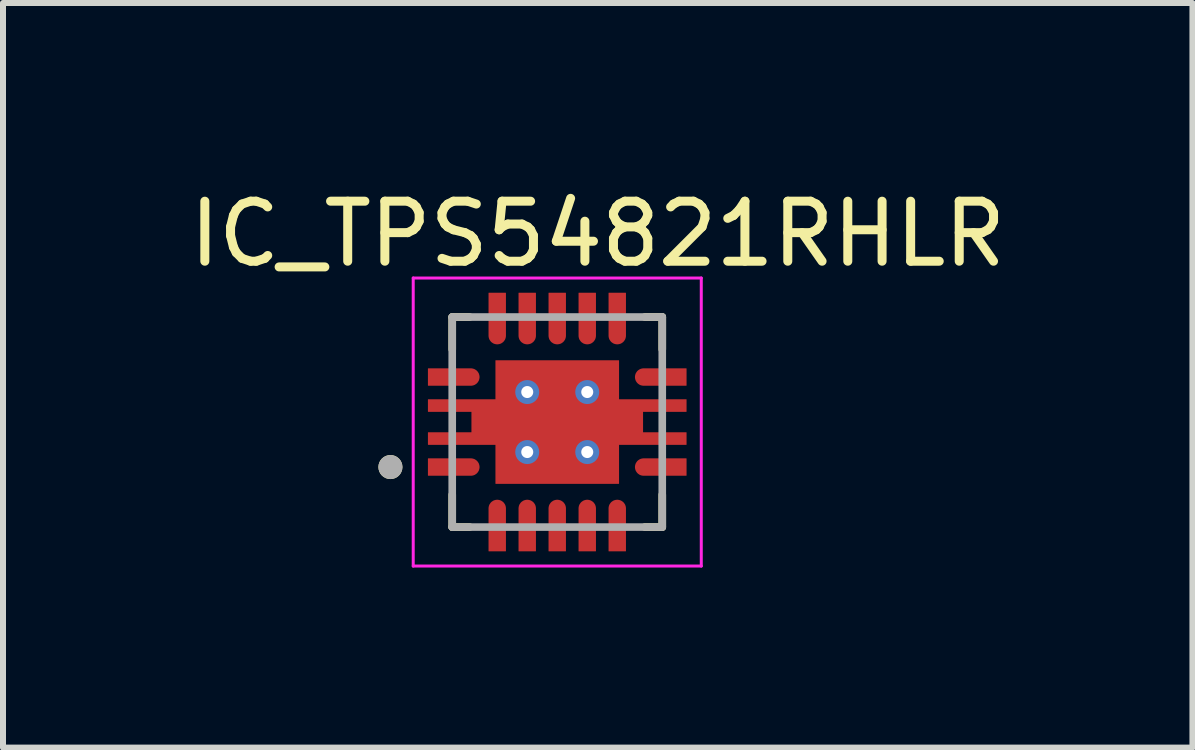
<source format=kicad_pcb>
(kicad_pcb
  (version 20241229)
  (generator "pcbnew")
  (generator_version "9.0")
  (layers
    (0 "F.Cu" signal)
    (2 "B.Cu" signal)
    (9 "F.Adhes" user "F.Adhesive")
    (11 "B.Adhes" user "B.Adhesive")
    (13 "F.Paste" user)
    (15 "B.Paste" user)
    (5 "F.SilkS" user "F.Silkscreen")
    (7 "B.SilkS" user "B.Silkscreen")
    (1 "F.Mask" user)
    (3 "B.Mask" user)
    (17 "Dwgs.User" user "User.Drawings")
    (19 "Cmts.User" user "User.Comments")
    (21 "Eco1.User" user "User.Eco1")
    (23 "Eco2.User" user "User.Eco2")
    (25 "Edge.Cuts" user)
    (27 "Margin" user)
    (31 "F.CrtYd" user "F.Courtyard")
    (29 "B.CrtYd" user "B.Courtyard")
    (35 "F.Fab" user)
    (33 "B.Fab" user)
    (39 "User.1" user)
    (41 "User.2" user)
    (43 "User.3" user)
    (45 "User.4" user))
  (footprint "IC_TPS54821RHLR"
    (layer "F.Cu")
    (at 6.236 3.983)
    (property "Reference" "IC_TPS54821RHLR" (at 0.675 -3.135 0) (layer "F.SilkS") (effects (font (size 1 1) (thickness 0.15))))
    (attr smd)
    (fp_poly (pts (xy -1.095 -1.095) (xy -1.095 -0.445) (xy -2.22 -0.445) (xy -2.22 -0.105) (xy -1.495 -0.105) (xy -1.495 0.105) (xy -2.22 0.105) (xy -2.22 0.445) (xy -1.095 0.445) (xy -1.095 1.095) (xy 1.095 1.095) (xy 1.095 0.445) (xy 2.22 0.445) (xy 2.22 0.105) (xy 1.495 0.105) (xy 1.495 -0.105) (xy 2.22 -0.105) (xy 2.22 -0.445) (xy 1.095 -0.445) (xy 1.095 -1.095)) (stroke (width 0.01) (type solid)) (fill yes) (layer "F.Mask"))
    (fp_poly (pts (xy -2.22 -0.96) (xy -1.44 -0.96) (xy -1.429 -0.96) (xy -1.418 -0.959) (xy -1.407 -0.957) (xy -1.396 -0.955) (xy -1.386 -0.953) (xy -1.375 -0.95) (xy -1.365 -0.946) (xy -1.355 -0.942) (xy -1.345 -0.937) (xy -1.335 -0.932) (xy -1.326 -0.926) (xy -1.317 -0.92) (xy -1.308 -0.913) (xy -1.299 -0.906) (xy -1.292 -0.898) (xy -1.284 -0.891) (xy -1.277 -0.882) (xy -1.27 -0.873) (xy -1.264 -0.864) (xy -1.258 -0.855) (xy -1.253 -0.845) (xy -1.248 -0.835) (xy -1.244 -0.825) (xy -1.24 -0.815) (xy -1.237 -0.804) (xy -1.235 -0.794) (xy -1.233 -0.783) (xy -1.231 -0.772) (xy -1.23 -0.761) (xy -1.23 -0.75) (xy -1.23 -0.739) (xy -1.231 -0.728) (xy -1.233 -0.717) (xy -1.235 -0.706) (xy -1.237 -0.696) (xy -1.24 -0.685) (xy -1.244 -0.675) (xy -1.248 -0.665) (xy -1.253 -0.655) (xy -1.258 -0.645) (xy -1.264 -0.636) (xy -1.27 -0.627) (xy -1.277 -0.618) (xy -1.284 -0.609) (xy -1.292 -0.602) (xy -1.299 -0.594) (xy -1.308 -0.587) (xy -1.317 -0.58) (xy -1.326 -0.574) (xy -1.335 -0.568) (xy -1.345 -0.563) (xy -1.355 -0.558) (xy -1.365 -0.554) (xy -1.375 -0.55) (xy -1.386 -0.547) (xy -1.396 -0.545) (xy -1.407 -0.543) (xy -1.418 -0.541) (xy -1.429 -0.54) (xy -1.44 -0.54) (xy -2.22 -0.54) (xy -2.22 -0.96)) (stroke (width 0.01) (type solid)) (fill yes) (layer "F.Mask"))
    (fp_poly (pts (xy -2.22 0.54) (xy -1.44 0.54) (xy -1.429 0.54) (xy -1.418 0.541) (xy -1.407 0.543) (xy -1.396 0.545) (xy -1.386 0.547) (xy -1.375 0.55) (xy -1.365 0.554) (xy -1.355 0.558) (xy -1.345 0.563) (xy -1.335 0.568) (xy -1.326 0.574) (xy -1.317 0.58) (xy -1.308 0.587) (xy -1.299 0.594) (xy -1.292 0.602) (xy -1.284 0.609) (xy -1.277 0.618) (xy -1.27 0.627) (xy -1.264 0.636) (xy -1.258 0.645) (xy -1.253 0.655) (xy -1.248 0.665) (xy -1.244 0.675) (xy -1.24 0.685) (xy -1.237 0.696) (xy -1.235 0.706) (xy -1.233 0.717) (xy -1.231 0.728) (xy -1.23 0.739) (xy -1.23 0.75) (xy -1.23 0.761) (xy -1.231 0.772) (xy -1.233 0.783) (xy -1.235 0.794) (xy -1.237 0.804) (xy -1.24 0.815) (xy -1.244 0.825) (xy -1.248 0.835) (xy -1.253 0.845) (xy -1.258 0.855) (xy -1.264 0.864) (xy -1.27 0.873) (xy -1.277 0.882) (xy -1.284 0.891) (xy -1.292 0.898) (xy -1.299 0.906) (xy -1.308 0.913) (xy -1.317 0.92) (xy -1.326 0.926) (xy -1.335 0.932) (xy -1.345 0.937) (xy -1.355 0.942) (xy -1.365 0.946) (xy -1.375 0.95) (xy -1.386 0.953) (xy -1.396 0.955) (xy -1.407 0.957) (xy -1.418 0.959) (xy -1.429 0.96) (xy -1.44 0.96) (xy -2.22 0.96) (xy -2.22 0.54)) (stroke (width 0.01) (type solid)) (fill yes) (layer "F.Mask"))
    (fp_poly (pts (xy -1.21 2.22) (xy -1.21 1.44) (xy -1.21 1.429) (xy -1.209 1.418) (xy -1.207 1.407) (xy -1.205 1.396) (xy -1.203 1.386) (xy -1.2 1.375) (xy -1.196 1.365) (xy -1.192 1.355) (xy -1.187 1.345) (xy -1.182 1.335) (xy -1.176 1.326) (xy -1.17 1.317) (xy -1.163 1.308) (xy -1.156 1.299) (xy -1.148 1.292) (xy -1.141 1.284) (xy -1.132 1.277) (xy -1.123 1.27) (xy -1.114 1.264) (xy -1.105 1.258) (xy -1.095 1.253) (xy -1.085 1.248) (xy -1.075 1.244) (xy -1.065 1.24) (xy -1.054 1.237) (xy -1.044 1.235) (xy -1.033 1.233) (xy -1.022 1.231) (xy -1.011 1.23) (xy -1 1.23) (xy -0.989 1.23) (xy -0.978 1.231) (xy -0.967 1.233) (xy -0.956 1.235) (xy -0.946 1.237) (xy -0.935 1.24) (xy -0.925 1.244) (xy -0.915 1.248) (xy -0.905 1.253) (xy -0.895 1.258) (xy -0.886 1.264) (xy -0.877 1.27) (xy -0.868 1.277) (xy -0.859 1.284) (xy -0.852 1.292) (xy -0.844 1.299) (xy -0.837 1.308) (xy -0.83 1.317) (xy -0.824 1.326) (xy -0.818 1.335) (xy -0.813 1.345) (xy -0.808 1.355) (xy -0.804 1.365) (xy -0.8 1.375) (xy -0.797 1.386) (xy -0.795 1.396) (xy -0.793 1.407) (xy -0.791 1.418) (xy -0.79 1.429) (xy -0.79 1.44) (xy -0.79 2.22) (xy -1.21 2.22)) (stroke (width 0.01) (type solid)) (fill yes) (layer "F.Mask"))
    (fp_poly (pts (xy -0.79 -2.22) (xy -0.79 -1.44) (xy -0.79 -1.429) (xy -0.791 -1.418) (xy -0.793 -1.407) (xy -0.795 -1.396) (xy -0.797 -1.386) (xy -0.8 -1.375) (xy -0.804 -1.365) (xy -0.808 -1.355) (xy -0.813 -1.345) (xy -0.818 -1.335) (xy -0.824 -1.326) (xy -0.83 -1.317) (xy -0.837 -1.308) (xy -0.844 -1.299) (xy -0.852 -1.292) (xy -0.859 -1.284) (xy -0.868 -1.277) (xy -0.877 -1.27) (xy -0.886 -1.264) (xy -0.895 -1.258) (xy -0.905 -1.253) (xy -0.915 -1.248) (xy -0.925 -1.244) (xy -0.935 -1.24) (xy -0.946 -1.237) (xy -0.956 -1.235) (xy -0.967 -1.233) (xy -0.978 -1.231) (xy -0.989 -1.23) (xy -1 -1.23) (xy -1.011 -1.23) (xy -1.022 -1.231) (xy -1.033 -1.233) (xy -1.044 -1.235) (xy -1.054 -1.237) (xy -1.065 -1.24) (xy -1.075 -1.244) (xy -1.085 -1.248) (xy -1.095 -1.253) (xy -1.105 -1.258) (xy -1.114 -1.264) (xy -1.123 -1.27) (xy -1.132 -1.277) (xy -1.141 -1.284) (xy -1.148 -1.292) (xy -1.156 -1.299) (xy -1.163 -1.308) (xy -1.17 -1.317) (xy -1.176 -1.326) (xy -1.182 -1.335) (xy -1.187 -1.345) (xy -1.192 -1.355) (xy -1.196 -1.365) (xy -1.2 -1.375) (xy -1.203 -1.386) (xy -1.205 -1.396) (xy -1.207 -1.407) (xy -1.209 -1.418) (xy -1.21 -1.429) (xy -1.21 -1.44) (xy -1.21 -2.22) (xy -0.79 -2.22)) (stroke (width 0.01) (type solid)) (fill yes) (layer "F.Mask"))
    (fp_poly (pts (xy -0.71 2.22) (xy -0.71 1.44) (xy -0.71 1.429) (xy -0.709 1.418) (xy -0.707 1.407) (xy -0.705 1.396) (xy -0.703 1.386) (xy -0.7 1.375) (xy -0.696 1.365) (xy -0.692 1.355) (xy -0.687 1.345) (xy -0.682 1.335) (xy -0.676 1.326) (xy -0.67 1.317) (xy -0.663 1.308) (xy -0.656 1.299) (xy -0.648 1.292) (xy -0.641 1.284) (xy -0.632 1.277) (xy -0.623 1.27) (xy -0.614 1.264) (xy -0.605 1.258) (xy -0.595 1.253) (xy -0.585 1.248) (xy -0.575 1.244) (xy -0.565 1.24) (xy -0.554 1.237) (xy -0.544 1.235) (xy -0.533 1.233) (xy -0.522 1.231) (xy -0.511 1.23) (xy -0.5 1.23) (xy -0.489 1.23) (xy -0.478 1.231) (xy -0.467 1.233) (xy -0.456 1.235) (xy -0.446 1.237) (xy -0.435 1.24) (xy -0.425 1.244) (xy -0.415 1.248) (xy -0.405 1.253) (xy -0.395 1.258) (xy -0.386 1.264) (xy -0.377 1.27) (xy -0.368 1.277) (xy -0.359 1.284) (xy -0.352 1.292) (xy -0.344 1.299) (xy -0.337 1.308) (xy -0.33 1.317) (xy -0.324 1.326) (xy -0.318 1.335) (xy -0.313 1.345) (xy -0.308 1.355) (xy -0.304 1.365) (xy -0.3 1.375) (xy -0.297 1.386) (xy -0.295 1.396) (xy -0.293 1.407) (xy -0.291 1.418) (xy -0.29 1.429) (xy -0.29 1.44) (xy -0.29 2.22) (xy -0.71 2.22)) (stroke (width 0.01) (type solid)) (fill yes) (layer "F.Mask"))
    (fp_poly (pts (xy -0.29 -2.22) (xy -0.29 -1.44) (xy -0.29 -1.429) (xy -0.291 -1.418) (xy -0.293 -1.407) (xy -0.295 -1.396) (xy -0.297 -1.386) (xy -0.3 -1.375) (xy -0.304 -1.365) (xy -0.308 -1.355) (xy -0.313 -1.345) (xy -0.318 -1.335) (xy -0.324 -1.326) (xy -0.33 -1.317) (xy -0.337 -1.308) (xy -0.344 -1.299) (xy -0.352 -1.292) (xy -0.359 -1.284) (xy -0.368 -1.277) (xy -0.377 -1.27) (xy -0.386 -1.264) (xy -0.395 -1.258) (xy -0.405 -1.253) (xy -0.415 -1.248) (xy -0.425 -1.244) (xy -0.435 -1.24) (xy -0.446 -1.237) (xy -0.456 -1.235) (xy -0.467 -1.233) (xy -0.478 -1.231) (xy -0.489 -1.23) (xy -0.5 -1.23) (xy -0.511 -1.23) (xy -0.522 -1.231) (xy -0.533 -1.233) (xy -0.544 -1.235) (xy -0.554 -1.237) (xy -0.565 -1.24) (xy -0.575 -1.244) (xy -0.585 -1.248) (xy -0.595 -1.253) (xy -0.605 -1.258) (xy -0.614 -1.264) (xy -0.623 -1.27) (xy -0.632 -1.277) (xy -0.641 -1.284) (xy -0.648 -1.292) (xy -0.656 -1.299) (xy -0.663 -1.308) (xy -0.67 -1.317) (xy -0.676 -1.326) (xy -0.682 -1.335) (xy -0.687 -1.345) (xy -0.692 -1.355) (xy -0.696 -1.365) (xy -0.7 -1.375) (xy -0.703 -1.386) (xy -0.705 -1.396) (xy -0.707 -1.407) (xy -0.709 -1.418) (xy -0.71 -1.429) (xy -0.71 -1.44) (xy -0.71 -2.22) (xy -0.29 -2.22)) (stroke (width 0.01) (type solid)) (fill yes) (layer "F.Mask"))
    (fp_poly (pts (xy -0.21 2.22) (xy -0.21 1.44) (xy -0.21 1.429) (xy -0.209 1.418) (xy -0.207 1.407) (xy -0.205 1.396) (xy -0.203 1.386) (xy -0.2 1.375) (xy -0.196 1.365) (xy -0.192 1.355) (xy -0.187 1.345) (xy -0.182 1.335) (xy -0.176 1.326) (xy -0.17 1.317) (xy -0.163 1.308) (xy -0.156 1.299) (xy -0.148 1.292) (xy -0.141 1.284) (xy -0.132 1.277) (xy -0.123 1.27) (xy -0.114 1.264) (xy -0.105 1.258) (xy -0.095 1.253) (xy -0.085 1.248) (xy -0.075 1.244) (xy -0.065 1.24) (xy -0.054 1.237) (xy -0.044 1.235) (xy -0.033 1.233) (xy -0.022 1.231) (xy -0.011 1.23) (xy 0 1.23) (xy 0.011 1.23) (xy 0.022 1.231) (xy 0.033 1.233) (xy 0.044 1.235) (xy 0.054 1.237) (xy 0.065 1.24) (xy 0.075 1.244) (xy 0.085 1.248) (xy 0.095 1.253) (xy 0.105 1.258) (xy 0.114 1.264) (xy 0.123 1.27) (xy 0.132 1.277) (xy 0.141 1.284) (xy 0.148 1.292) (xy 0.156 1.299) (xy 0.163 1.308) (xy 0.17 1.317) (xy 0.176 1.326) (xy 0.182 1.335) (xy 0.187 1.345) (xy 0.192 1.355) (xy 0.196 1.365) (xy 0.2 1.375) (xy 0.203 1.386) (xy 0.205 1.396) (xy 0.207 1.407) (xy 0.209 1.418) (xy 0.21 1.429) (xy 0.21 1.44) (xy 0.21 2.22) (xy -0.21 2.22)) (stroke (width 0.01) (type solid)) (fill yes) (layer "F.Mask"))
    (fp_poly (pts (xy 0.21 -2.22) (xy 0.21 -1.44) (xy 0.21 -1.429) (xy 0.209 -1.418) (xy 0.207 -1.407) (xy 0.205 -1.396) (xy 0.203 -1.386) (xy 0.2 -1.375) (xy 0.196 -1.365) (xy 0.192 -1.355) (xy 0.187 -1.345) (xy 0.182 -1.335) (xy 0.176 -1.326) (xy 0.17 -1.317) (xy 0.163 -1.308) (xy 0.156 -1.299) (xy 0.148 -1.292) (xy 0.141 -1.284) (xy 0.132 -1.277) (xy 0.123 -1.27) (xy 0.114 -1.264) (xy 0.105 -1.258) (xy 0.095 -1.253) (xy 0.085 -1.248) (xy 0.075 -1.244) (xy 0.065 -1.24) (xy 0.054 -1.237) (xy 0.044 -1.235) (xy 0.033 -1.233) (xy 0.022 -1.231) (xy 0.011 -1.23) (xy 0 -1.23) (xy -0.011 -1.23) (xy -0.022 -1.231) (xy -0.033 -1.233) (xy -0.044 -1.235) (xy -0.054 -1.237) (xy -0.065 -1.24) (xy -0.075 -1.244) (xy -0.085 -1.248) (xy -0.095 -1.253) (xy -0.105 -1.258) (xy -0.114 -1.264) (xy -0.123 -1.27) (xy -0.132 -1.277) (xy -0.141 -1.284) (xy -0.148 -1.292) (xy -0.156 -1.299) (xy -0.163 -1.308) (xy -0.17 -1.317) (xy -0.176 -1.326) (xy -0.182 -1.335) (xy -0.187 -1.345) (xy -0.192 -1.355) (xy -0.196 -1.365) (xy -0.2 -1.375) (xy -0.203 -1.386) (xy -0.205 -1.396) (xy -0.207 -1.407) (xy -0.209 -1.418) (xy -0.21 -1.429) (xy -0.21 -1.44) (xy -0.21 -2.22) (xy 0.21 -2.22)) (stroke (width 0.01) (type solid)) (fill yes) (layer "F.Mask"))
    (fp_poly (pts (xy 0.29 2.22) (xy 0.29 1.44) (xy 0.29 1.429) (xy 0.291 1.418) (xy 0.293 1.407) (xy 0.295 1.396) (xy 0.297 1.386) (xy 0.3 1.375) (xy 0.304 1.365) (xy 0.308 1.355) (xy 0.313 1.345) (xy 0.318 1.335) (xy 0.324 1.326) (xy 0.33 1.317) (xy 0.337 1.308) (xy 0.344 1.299) (xy 0.352 1.292) (xy 0.359 1.284) (xy 0.368 1.277) (xy 0.377 1.27) (xy 0.386 1.264) (xy 0.395 1.258) (xy 0.405 1.253) (xy 0.415 1.248) (xy 0.425 1.244) (xy 0.435 1.24) (xy 0.446 1.237) (xy 0.456 1.235) (xy 0.467 1.233) (xy 0.478 1.231) (xy 0.489 1.23) (xy 0.5 1.23) (xy 0.511 1.23) (xy 0.522 1.231) (xy 0.533 1.233) (xy 0.544 1.235) (xy 0.554 1.237) (xy 0.565 1.24) (xy 0.575 1.244) (xy 0.585 1.248) (xy 0.595 1.253) (xy 0.605 1.258) (xy 0.614 1.264) (xy 0.623 1.27) (xy 0.632 1.277) (xy 0.641 1.284) (xy 0.648 1.292) (xy 0.656 1.299) (xy 0.663 1.308) (xy 0.67 1.317) (xy 0.676 1.326) (xy 0.682 1.335) (xy 0.687 1.345) (xy 0.692 1.355) (xy 0.696 1.365) (xy 0.7 1.375) (xy 0.703 1.386) (xy 0.705 1.396) (xy 0.707 1.407) (xy 0.709 1.418) (xy 0.71 1.429) (xy 0.71 1.44) (xy 0.71 2.22) (xy 0.29 2.22)) (stroke (width 0.01) (type solid)) (fill yes) (layer "F.Mask"))
    (fp_poly (pts (xy 0.71 -2.22) (xy 0.71 -1.44) (xy 0.71 -1.429) (xy 0.709 -1.418) (xy 0.707 -1.407) (xy 0.705 -1.396) (xy 0.703 -1.386) (xy 0.7 -1.375) (xy 0.696 -1.365) (xy 0.692 -1.355) (xy 0.687 -1.345) (xy 0.682 -1.335) (xy 0.676 -1.326) (xy 0.67 -1.317) (xy 0.663 -1.308) (xy 0.656 -1.299) (xy 0.648 -1.292) (xy 0.641 -1.284) (xy 0.632 -1.277) (xy 0.623 -1.27) (xy 0.614 -1.264) (xy 0.605 -1.258) (xy 0.595 -1.253) (xy 0.585 -1.248) (xy 0.575 -1.244) (xy 0.565 -1.24) (xy 0.554 -1.237) (xy 0.544 -1.235) (xy 0.533 -1.233) (xy 0.522 -1.231) (xy 0.511 -1.23) (xy 0.5 -1.23) (xy 0.489 -1.23) (xy 0.478 -1.231) (xy 0.467 -1.233) (xy 0.456 -1.235) (xy 0.446 -1.237) (xy 0.435 -1.24) (xy 0.425 -1.244) (xy 0.415 -1.248) (xy 0.405 -1.253) (xy 0.395 -1.258) (xy 0.386 -1.264) (xy 0.377 -1.27) (xy 0.368 -1.277) (xy 0.359 -1.284) (xy 0.352 -1.292) (xy 0.344 -1.299) (xy 0.337 -1.308) (xy 0.33 -1.317) (xy 0.324 -1.326) (xy 0.318 -1.335) (xy 0.313 -1.345) (xy 0.308 -1.355) (xy 0.304 -1.365) (xy 0.3 -1.375) (xy 0.297 -1.386) (xy 0.295 -1.396) (xy 0.293 -1.407) (xy 0.291 -1.418) (xy 0.29 -1.429) (xy 0.29 -1.44) (xy 0.29 -2.22) (xy 0.71 -2.22)) (stroke (width 0.01) (type solid)) (fill yes) (layer "F.Mask"))
    (fp_poly (pts (xy 0.79 2.22) (xy 0.79 1.44) (xy 0.79 1.429) (xy 0.791 1.418) (xy 0.793 1.407) (xy 0.795 1.396) (xy 0.797 1.386) (xy 0.8 1.375) (xy 0.804 1.365) (xy 0.808 1.355) (xy 0.813 1.345) (xy 0.818 1.335) (xy 0.824 1.326) (xy 0.83 1.317) (xy 0.837 1.308) (xy 0.844 1.299) (xy 0.852 1.292) (xy 0.859 1.284) (xy 0.868 1.277) (xy 0.877 1.27) (xy 0.886 1.264) (xy 0.895 1.258) (xy 0.905 1.253) (xy 0.915 1.248) (xy 0.925 1.244) (xy 0.935 1.24) (xy 0.946 1.237) (xy 0.956 1.235) (xy 0.967 1.233) (xy 0.978 1.231) (xy 0.989 1.23) (xy 1 1.23) (xy 1.011 1.23) (xy 1.022 1.231) (xy 1.033 1.233) (xy 1.044 1.235) (xy 1.054 1.237) (xy 1.065 1.24) (xy 1.075 1.244) (xy 1.085 1.248) (xy 1.095 1.253) (xy 1.105 1.258) (xy 1.114 1.264) (xy 1.123 1.27) (xy 1.132 1.277) (xy 1.141 1.284) (xy 1.148 1.292) (xy 1.156 1.299) (xy 1.163 1.308) (xy 1.17 1.317) (xy 1.176 1.326) (xy 1.182 1.335) (xy 1.187 1.345) (xy 1.192 1.355) (xy 1.196 1.365) (xy 1.2 1.375) (xy 1.203 1.386) (xy 1.205 1.396) (xy 1.207 1.407) (xy 1.209 1.418) (xy 1.21 1.429) (xy 1.21 1.44) (xy 1.21 2.22) (xy 0.79 2.22)) (stroke (width 0.01) (type solid)) (fill yes) (layer "F.Mask"))
    (fp_poly (pts (xy 1.21 -2.22) (xy 1.21 -1.44) (xy 1.21 -1.429) (xy 1.209 -1.418) (xy 1.207 -1.407) (xy 1.205 -1.396) (xy 1.203 -1.386) (xy 1.2 -1.375) (xy 1.196 -1.365) (xy 1.192 -1.355) (xy 1.187 -1.345) (xy 1.182 -1.335) (xy 1.176 -1.326) (xy 1.17 -1.317) (xy 1.163 -1.308) (xy 1.156 -1.299) (xy 1.148 -1.292) (xy 1.141 -1.284) (xy 1.132 -1.277) (xy 1.123 -1.27) (xy 1.114 -1.264) (xy 1.105 -1.258) (xy 1.095 -1.253) (xy 1.085 -1.248) (xy 1.075 -1.244) (xy 1.065 -1.24) (xy 1.054 -1.237) (xy 1.044 -1.235) (xy 1.033 -1.233) (xy 1.022 -1.231) (xy 1.011 -1.23) (xy 1 -1.23) (xy 0.989 -1.23) (xy 0.978 -1.231) (xy 0.967 -1.233) (xy 0.956 -1.235) (xy 0.946 -1.237) (xy 0.935 -1.24) (xy 0.925 -1.244) (xy 0.915 -1.248) (xy 0.905 -1.253) (xy 0.895 -1.258) (xy 0.886 -1.264) (xy 0.877 -1.27) (xy 0.868 -1.277) (xy 0.859 -1.284) (xy 0.852 -1.292) (xy 0.844 -1.299) (xy 0.837 -1.308) (xy 0.83 -1.317) (xy 0.824 -1.326) (xy 0.818 -1.335) (xy 0.813 -1.345) (xy 0.808 -1.355) (xy 0.804 -1.365) (xy 0.8 -1.375) (xy 0.797 -1.386) (xy 0.795 -1.396) (xy 0.793 -1.407) (xy 0.791 -1.418) (xy 0.79 -1.429) (xy 0.79 -1.44) (xy 0.79 -2.22) (xy 1.21 -2.22)) (stroke (width 0.01) (type solid)) (fill yes) (layer "F.Mask"))
    (fp_poly (pts (xy 2.22 -0.54) (xy 1.44 -0.54) (xy 1.429 -0.54) (xy 1.418 -0.541) (xy 1.407 -0.543) (xy 1.396 -0.545) (xy 1.386 -0.547) (xy 1.375 -0.55) (xy 1.365 -0.554) (xy 1.355 -0.558) (xy 1.345 -0.563) (xy 1.335 -0.568) (xy 1.326 -0.574) (xy 1.317 -0.58) (xy 1.308 -0.587) (xy 1.299 -0.594) (xy 1.292 -0.602) (xy 1.284 -0.609) (xy 1.277 -0.618) (xy 1.27 -0.627) (xy 1.264 -0.636) (xy 1.258 -0.645) (xy 1.253 -0.655) (xy 1.248 -0.665) (xy 1.244 -0.675) (xy 1.24 -0.685) (xy 1.237 -0.696) (xy 1.235 -0.706) (xy 1.233 -0.717) (xy 1.231 -0.728) (xy 1.23 -0.739) (xy 1.23 -0.75) (xy 1.23 -0.761) (xy 1.231 -0.772) (xy 1.233 -0.783) (xy 1.235 -0.794) (xy 1.237 -0.804) (xy 1.24 -0.815) (xy 1.244 -0.825) (xy 1.248 -0.835) (xy 1.253 -0.845) (xy 1.258 -0.855) (xy 1.264 -0.864) (xy 1.27 -0.873) (xy 1.277 -0.882) (xy 1.284 -0.891) (xy 1.292 -0.898) (xy 1.299 -0.906) (xy 1.308 -0.913) (xy 1.317 -0.92) (xy 1.326 -0.926) (xy 1.335 -0.932) (xy 1.345 -0.937) (xy 1.355 -0.942) (xy 1.365 -0.946) (xy 1.375 -0.95) (xy 1.386 -0.953) (xy 1.396 -0.955) (xy 1.407 -0.957) (xy 1.418 -0.959) (xy 1.429 -0.96) (xy 1.44 -0.96) (xy 2.22 -0.96) (xy 2.22 -0.54)) (stroke (width 0.01) (type solid)) (fill yes) (layer "F.Mask"))
    (fp_poly (pts (xy 2.22 0.96) (xy 1.44 0.96) (xy 1.429 0.96) (xy 1.418 0.959) (xy 1.407 0.957) (xy 1.396 0.955) (xy 1.386 0.953) (xy 1.375 0.95) (xy 1.365 0.946) (xy 1.355 0.942) (xy 1.345 0.937) (xy 1.335 0.932) (xy 1.326 0.926) (xy 1.317 0.92) (xy 1.308 0.913) (xy 1.299 0.906) (xy 1.292 0.898) (xy 1.284 0.891) (xy 1.277 0.882) (xy 1.27 0.873) (xy 1.264 0.864) (xy 1.258 0.855) (xy 1.253 0.845) (xy 1.248 0.835) (xy 1.244 0.825) (xy 1.24 0.815) (xy 1.237 0.804) (xy 1.235 0.794) (xy 1.233 0.783) (xy 1.231 0.772) (xy 1.23 0.761) (xy 1.23 0.75) (xy 1.23 0.739) (xy 1.231 0.728) (xy 1.233 0.717) (xy 1.235 0.706) (xy 1.237 0.696) (xy 1.24 0.685) (xy 1.244 0.675) (xy 1.248 0.665) (xy 1.253 0.655) (xy 1.258 0.645) (xy 1.264 0.636) (xy 1.27 0.627) (xy 1.277 0.618) (xy 1.284 0.609) (xy 1.292 0.602) (xy 1.299 0.594) (xy 1.308 0.587) (xy 1.317 0.58) (xy 1.326 0.574) (xy 1.335 0.568) (xy 1.345 0.563) (xy 1.355 0.558) (xy 1.365 0.554) (xy 1.375 0.55) (xy 1.386 0.547) (xy 1.396 0.545) (xy 1.407 0.543) (xy 1.418 0.541) (xy 1.429 0.54) (xy 1.44 0.54) (xy 2.22 0.54) (xy 2.22 0.96)) (stroke (width 0.01) (type solid)) (fill yes) (layer "F.Mask"))
    (fp_line (start -1.75 -1.75) (end -1.75 -1.21) (stroke (width 0.127) (type solid)) (layer "F.SilkS"))
    (fp_line (start -1.75 -1.75) (end -1.46 -1.75) (stroke (width 0.127) (type solid)) (layer "F.SilkS"))
    (fp_line (start -1.75 1.75) (end -1.75 1.21) (stroke (width 0.127) (type solid)) (layer "F.SilkS"))
    (fp_line (start -1.75 1.75) (end -1.46 1.75) (stroke (width 0.127) (type solid)) (layer "F.SilkS"))
    (fp_line (start 1.75 -1.75) (end 1.46 -1.75) (stroke (width 0.127) (type solid)) (layer "F.SilkS"))
    (fp_line (start 1.75 -1.75) (end 1.75 -1.21) (stroke (width 0.127) (type solid)) (layer "F.SilkS"))
    (fp_line (start 1.75 1.75) (end 1.46 1.75) (stroke (width 0.127) (type solid)) (layer "F.SilkS"))
    (fp_line (start 1.75 1.75) (end 1.75 1.21) (stroke (width 0.127) (type solid)) (layer "F.SilkS"))
    (fp_circle (center -2.78 0.75) (end -2.68 0.75) (stroke (width 0.2) (type solid)) (fill no) (layer "F.SilkS"))
    (fp_poly (pts (xy -2.125 -0.375) (xy -1.225 -0.375) (xy -1.225 -0.175) (xy -2.125 -0.175)) (stroke (width 0.01) (type solid)) (fill yes) (layer "F.Paste"))
    (fp_poly (pts (xy -2.125 0.175) (xy -1.225 0.175) (xy -1.225 0.375) (xy -2.125 0.375)) (stroke (width 0.01) (type solid)) (fill yes) (layer "F.Paste"))
    (fp_poly (pts (xy -0.97 -0.97) (xy -0.15 -0.97) (xy -0.15 -0.15) (xy -0.97 -0.15)) (stroke (width 0.01) (type solid)) (fill yes) (layer "F.Paste"))
    (fp_poly (pts (xy -0.97 0.15) (xy -0.15 0.15) (xy -0.15 0.97) (xy -0.97 0.97)) (stroke (width 0.01) (type solid)) (fill yes) (layer "F.Paste"))
    (fp_poly (pts (xy 0.15 -0.97) (xy 0.97 -0.97) (xy 0.97 -0.15) (xy 0.15 -0.15)) (stroke (width 0.01) (type solid)) (fill yes) (layer "F.Paste"))
    (fp_poly (pts (xy 0.15 0.15) (xy 0.97 0.15) (xy 0.97 0.97) (xy 0.15 0.97)) (stroke (width 0.01) (type solid)) (fill yes) (layer "F.Paste"))
    (fp_poly (pts (xy 1.225 -0.375) (xy 2.125 -0.375) (xy 2.125 -0.175) (xy 1.225 -0.175)) (stroke (width 0.01) (type solid)) (fill yes) (layer "F.Paste"))
    (fp_poly (pts (xy 1.225 0.175) (xy 2.125 0.175) (xy 2.125 0.375) (xy 1.225 0.375)) (stroke (width 0.01) (type solid)) (fill yes) (layer "F.Paste"))
    (fp_poly (pts (xy -2.125 -0.865) (xy -1.44 -0.865) (xy -1.434 -0.865) (xy -1.428 -0.864) (xy -1.422 -0.864) (xy -1.416 -0.862) (xy -1.41 -0.861) (xy -1.404 -0.859) (xy -1.399 -0.857) (xy -1.393 -0.855) (xy -1.388 -0.852) (xy -1.382 -0.85) (xy -1.377 -0.846) (xy -1.372 -0.843) (xy -1.368 -0.839) (xy -1.363 -0.835) (xy -1.359 -0.831) (xy -1.355 -0.827) (xy -1.351 -0.822) (xy -1.347 -0.818) (xy -1.344 -0.813) (xy -1.34 -0.807) (xy -1.338 -0.802) (xy -1.335 -0.797) (xy -1.333 -0.791) (xy -1.331 -0.786) (xy -1.329 -0.78) (xy -1.328 -0.774) (xy -1.326 -0.768) (xy -1.326 -0.762) (xy -1.325 -0.756) (xy -1.325 -0.75) (xy -1.325 -0.744) (xy -1.326 -0.738) (xy -1.326 -0.732) (xy -1.328 -0.726) (xy -1.329 -0.72) (xy -1.331 -0.714) (xy -1.333 -0.709) (xy -1.335 -0.703) (xy -1.338 -0.698) (xy -1.34 -0.693) (xy -1.344 -0.687) (xy -1.347 -0.682) (xy -1.351 -0.678) (xy -1.355 -0.673) (xy -1.359 -0.669) (xy -1.363 -0.665) (xy -1.368 -0.661) (xy -1.372 -0.657) (xy -1.377 -0.654) (xy -1.382 -0.65) (xy -1.388 -0.648) (xy -1.393 -0.645) (xy -1.399 -0.643) (xy -1.404 -0.641) (xy -1.41 -0.639) (xy -1.416 -0.638) (xy -1.422 -0.636) (xy -1.428 -0.636) (xy -1.434 -0.635) (xy -1.44 -0.635) (xy -2.125 -0.635) (xy -2.125 -0.865)) (stroke (width 0.01) (type solid)) (fill yes) (layer "F.Paste"))
    (fp_poly (pts (xy -2.125 0.635) (xy -1.44 0.635) (xy -1.434 0.635) (xy -1.428 0.636) (xy -1.422 0.636) (xy -1.416 0.638) (xy -1.41 0.639) (xy -1.404 0.641) (xy -1.399 0.643) (xy -1.393 0.645) (xy -1.388 0.648) (xy -1.382 0.65) (xy -1.377 0.654) (xy -1.372 0.657) (xy -1.368 0.661) (xy -1.363 0.665) (xy -1.359 0.669) (xy -1.355 0.673) (xy -1.351 0.678) (xy -1.347 0.682) (xy -1.344 0.687) (xy -1.34 0.693) (xy -1.338 0.698) (xy -1.335 0.703) (xy -1.333 0.709) (xy -1.331 0.714) (xy -1.329 0.72) (xy -1.328 0.726) (xy -1.326 0.732) (xy -1.326 0.738) (xy -1.325 0.744) (xy -1.325 0.75) (xy -1.325 0.756) (xy -1.326 0.762) (xy -1.326 0.768) (xy -1.328 0.774) (xy -1.329 0.78) (xy -1.331 0.786) (xy -1.333 0.791) (xy -1.335 0.797) (xy -1.338 0.802) (xy -1.34 0.807) (xy -1.344 0.813) (xy -1.347 0.818) (xy -1.351 0.822) (xy -1.355 0.827) (xy -1.359 0.831) (xy -1.363 0.835) (xy -1.368 0.839) (xy -1.372 0.843) (xy -1.377 0.846) (xy -1.382 0.85) (xy -1.388 0.852) (xy -1.393 0.855) (xy -1.399 0.857) (xy -1.404 0.859) (xy -1.41 0.861) (xy -1.416 0.862) (xy -1.422 0.864) (xy -1.428 0.864) (xy -1.434 0.865) (xy -1.44 0.865) (xy -2.125 0.865) (xy -2.125 0.635)) (stroke (width 0.01) (type solid)) (fill yes) (layer "F.Paste"))
    (fp_poly (pts (xy -1.115 2.125) (xy -1.115 1.44) (xy -1.115 1.434) (xy -1.114 1.428) (xy -1.114 1.422) (xy -1.112 1.416) (xy -1.111 1.41) (xy -1.109 1.404) (xy -1.107 1.399) (xy -1.105 1.393) (xy -1.102 1.388) (xy -1.1 1.383) (xy -1.096 1.377) (xy -1.093 1.372) (xy -1.089 1.368) (xy -1.085 1.363) (xy -1.081 1.359) (xy -1.077 1.355) (xy -1.072 1.351) (xy -1.068 1.347) (xy -1.063 1.344) (xy -1.057 1.34) (xy -1.052 1.338) (xy -1.047 1.335) (xy -1.041 1.333) (xy -1.036 1.331) (xy -1.03 1.329) (xy -1.024 1.328) (xy -1.018 1.326) (xy -1.012 1.326) (xy -1.006 1.325) (xy -1 1.325) (xy -0.994 1.325) (xy -0.988 1.326) (xy -0.982 1.326) (xy -0.976 1.328) (xy -0.97 1.329) (xy -0.964 1.331) (xy -0.959 1.333) (xy -0.953 1.335) (xy -0.948 1.338) (xy -0.943 1.34) (xy -0.937 1.344) (xy -0.932 1.347) (xy -0.928 1.351) (xy -0.923 1.355) (xy -0.919 1.359) (xy -0.915 1.363) (xy -0.911 1.368) (xy -0.907 1.372) (xy -0.904 1.377) (xy -0.9 1.383) (xy -0.898 1.388) (xy -0.895 1.393) (xy -0.893 1.399) (xy -0.891 1.404) (xy -0.889 1.41) (xy -0.888 1.416) (xy -0.886 1.422) (xy -0.886 1.428) (xy -0.885 1.434) (xy -0.885 1.44) (xy -0.885 2.125) (xy -1.115 2.125)) (stroke (width 0.01) (type solid)) (fill yes) (layer "F.Paste"))
    (fp_poly (pts (xy -0.885 -2.125) (xy -0.885 -1.44) (xy -0.885 -1.434) (xy -0.886 -1.428) (xy -0.886 -1.422) (xy -0.888 -1.416) (xy -0.889 -1.41) (xy -0.891 -1.404) (xy -0.893 -1.399) (xy -0.895 -1.393) (xy -0.898 -1.388) (xy -0.9 -1.383) (xy -0.904 -1.377) (xy -0.907 -1.372) (xy -0.911 -1.368) (xy -0.915 -1.363) (xy -0.919 -1.359) (xy -0.923 -1.355) (xy -0.928 -1.351) (xy -0.932 -1.347) (xy -0.937 -1.344) (xy -0.943 -1.34) (xy -0.948 -1.338) (xy -0.953 -1.335) (xy -0.959 -1.333) (xy -0.964 -1.331) (xy -0.97 -1.329) (xy -0.976 -1.328) (xy -0.982 -1.326) (xy -0.988 -1.326) (xy -0.994 -1.325) (xy -1 -1.325) (xy -1.006 -1.325) (xy -1.012 -1.326) (xy -1.018 -1.326) (xy -1.024 -1.328) (xy -1.03 -1.329) (xy -1.036 -1.331) (xy -1.041 -1.333) (xy -1.047 -1.335) (xy -1.052 -1.338) (xy -1.058 -1.34) (xy -1.063 -1.344) (xy -1.068 -1.347) (xy -1.072 -1.351) (xy -1.077 -1.355) (xy -1.081 -1.359) (xy -1.085 -1.363) (xy -1.089 -1.368) (xy -1.093 -1.372) (xy -1.096 -1.377) (xy -1.1 -1.382) (xy -1.102 -1.388) (xy -1.105 -1.393) (xy -1.107 -1.399) (xy -1.109 -1.404) (xy -1.111 -1.41) (xy -1.112 -1.416) (xy -1.114 -1.422) (xy -1.114 -1.428) (xy -1.115 -1.434) (xy -1.115 -1.44) (xy -1.115 -2.125) (xy -0.885 -2.125)) (stroke (width 0.01) (type solid)) (fill yes) (layer "F.Paste"))
    (fp_poly (pts (xy -0.615 2.125) (xy -0.615 1.44) (xy -0.615 1.434) (xy -0.614 1.428) (xy -0.614 1.422) (xy -0.612 1.416) (xy -0.611 1.41) (xy -0.609 1.404) (xy -0.607 1.399) (xy -0.605 1.393) (xy -0.602 1.388) (xy -0.6 1.383) (xy -0.596 1.377) (xy -0.593 1.372) (xy -0.589 1.368) (xy -0.585 1.363) (xy -0.581 1.359) (xy -0.577 1.355) (xy -0.572 1.351) (xy -0.568 1.347) (xy -0.563 1.344) (xy -0.557 1.34) (xy -0.552 1.338) (xy -0.547 1.335) (xy -0.541 1.333) (xy -0.536 1.331) (xy -0.53 1.329) (xy -0.524 1.328) (xy -0.518 1.326) (xy -0.512 1.326) (xy -0.506 1.325) (xy -0.5 1.325) (xy -0.494 1.325) (xy -0.488 1.326) (xy -0.482 1.326) (xy -0.476 1.328) (xy -0.47 1.329) (xy -0.464 1.331) (xy -0.459 1.333) (xy -0.453 1.335) (xy -0.448 1.338) (xy -0.443 1.34) (xy -0.437 1.344) (xy -0.432 1.347) (xy -0.428 1.351) (xy -0.423 1.355) (xy -0.419 1.359) (xy -0.415 1.363) (xy -0.411 1.368) (xy -0.407 1.372) (xy -0.404 1.377) (xy -0.4 1.383) (xy -0.398 1.388) (xy -0.395 1.393) (xy -0.393 1.399) (xy -0.391 1.404) (xy -0.389 1.41) (xy -0.388 1.416) (xy -0.386 1.422) (xy -0.386 1.428) (xy -0.385 1.434) (xy -0.385 1.44) (xy -0.385 2.125) (xy -0.615 2.125)) (stroke (width 0.01) (type solid)) (fill yes) (layer "F.Paste"))
    (fp_poly (pts (xy -0.385 -2.125) (xy -0.385 -1.44) (xy -0.385 -1.434) (xy -0.386 -1.428) (xy -0.386 -1.422) (xy -0.388 -1.416) (xy -0.389 -1.41) (xy -0.391 -1.404) (xy -0.393 -1.399) (xy -0.395 -1.393) (xy -0.398 -1.388) (xy -0.4 -1.383) (xy -0.404 -1.377) (xy -0.407 -1.372) (xy -0.411 -1.368) (xy -0.415 -1.363) (xy -0.419 -1.359) (xy -0.423 -1.355) (xy -0.428 -1.351) (xy -0.432 -1.347) (xy -0.437 -1.344) (xy -0.443 -1.34) (xy -0.448 -1.338) (xy -0.453 -1.335) (xy -0.459 -1.333) (xy -0.464 -1.331) (xy -0.47 -1.329) (xy -0.476 -1.328) (xy -0.482 -1.326) (xy -0.488 -1.326) (xy -0.494 -1.325) (xy -0.5 -1.325) (xy -0.506 -1.325) (xy -0.512 -1.326) (xy -0.518 -1.326) (xy -0.524 -1.328) (xy -0.53 -1.329) (xy -0.536 -1.331) (xy -0.541 -1.333) (xy -0.547 -1.335) (xy -0.552 -1.338) (xy -0.557 -1.34) (xy -0.563 -1.344) (xy -0.568 -1.347) (xy -0.572 -1.351) (xy -0.577 -1.355) (xy -0.581 -1.359) (xy -0.585 -1.363) (xy -0.589 -1.368) (xy -0.593 -1.372) (xy -0.596 -1.377) (xy -0.6 -1.382) (xy -0.602 -1.388) (xy -0.605 -1.393) (xy -0.607 -1.399) (xy -0.609 -1.404) (xy -0.611 -1.41) (xy -0.612 -1.416) (xy -0.614 -1.422) (xy -0.614 -1.428) (xy -0.615 -1.434) (xy -0.615 -1.44) (xy -0.615 -2.125) (xy -0.385 -2.125)) (stroke (width 0.01) (type solid)) (fill yes) (layer "F.Paste"))
    (fp_poly (pts (xy -0.115 2.125) (xy -0.115 1.44) (xy -0.115 1.434) (xy -0.114 1.428) (xy -0.114 1.422) (xy -0.112 1.416) (xy -0.111 1.41) (xy -0.109 1.404) (xy -0.107 1.399) (xy -0.105 1.393) (xy -0.102 1.388) (xy -0.1 1.382) (xy -0.096 1.377) (xy -0.093 1.372) (xy -0.089 1.368) (xy -0.085 1.363) (xy -0.081 1.359) (xy -0.077 1.355) (xy -0.072 1.351) (xy -0.068 1.347) (xy -0.063 1.344) (xy -0.057 1.34) (xy -0.052 1.338) (xy -0.047 1.335) (xy -0.041 1.333) (xy -0.036 1.331) (xy -0.03 1.329) (xy -0.024 1.328) (xy -0.018 1.326) (xy -0.012 1.326) (xy -0.006 1.325) (xy 0 1.325) (xy 0.006 1.325) (xy 0.012 1.326) (xy 0.018 1.326) (xy 0.024 1.328) (xy 0.03 1.329) (xy 0.036 1.331) (xy 0.041 1.333) (xy 0.047 1.335) (xy 0.052 1.338) (xy 0.058 1.34) (xy 0.063 1.344) (xy 0.068 1.347) (xy 0.072 1.351) (xy 0.077 1.355) (xy 0.081 1.359) (xy 0.085 1.363) (xy 0.089 1.368) (xy 0.093 1.372) (xy 0.096 1.377) (xy 0.1 1.382) (xy 0.102 1.388) (xy 0.105 1.393) (xy 0.107 1.399) (xy 0.109 1.404) (xy 0.111 1.41) (xy 0.112 1.416) (xy 0.114 1.422) (xy 0.114 1.428) (xy 0.115 1.434) (xy 0.115 1.44) (xy 0.115 2.125) (xy -0.115 2.125)) (stroke (width 0.01) (type solid)) (fill yes) (layer "F.Paste"))
    (fp_poly (pts (xy 0.115 -2.125) (xy 0.115 -1.44) (xy 0.115 -1.434) (xy 0.114 -1.428) (xy 0.114 -1.422) (xy 0.112 -1.416) (xy 0.111 -1.41) (xy 0.109 -1.404) (xy 0.107 -1.399) (xy 0.105 -1.393) (xy 0.102 -1.388) (xy 0.1 -1.382) (xy 0.096 -1.377) (xy 0.093 -1.372) (xy 0.089 -1.368) (xy 0.085 -1.363) (xy 0.081 -1.359) (xy 0.077 -1.355) (xy 0.072 -1.351) (xy 0.068 -1.347) (xy 0.063 -1.344) (xy 0.058 -1.34) (xy 0.052 -1.338) (xy 0.047 -1.335) (xy 0.041 -1.333) (xy 0.036 -1.331) (xy 0.03 -1.329) (xy 0.024 -1.328) (xy 0.018 -1.326) (xy 0.012 -1.326) (xy 0.006 -1.325) (xy 0 -1.325) (xy -0.006 -1.325) (xy -0.012 -1.326) (xy -0.018 -1.326) (xy -0.024 -1.328) (xy -0.03 -1.329) (xy -0.036 -1.331) (xy -0.041 -1.333) (xy -0.047 -1.335) (xy -0.052 -1.338) (xy -0.058 -1.34) (xy -0.063 -1.344) (xy -0.068 -1.347) (xy -0.072 -1.351) (xy -0.077 -1.355) (xy -0.081 -1.359) (xy -0.085 -1.363) (xy -0.089 -1.368) (xy -0.093 -1.372) (xy -0.096 -1.377) (xy -0.1 -1.382) (xy -0.102 -1.388) (xy -0.105 -1.393) (xy -0.107 -1.399) (xy -0.109 -1.404) (xy -0.111 -1.41) (xy -0.112 -1.416) (xy -0.114 -1.422) (xy -0.114 -1.428) (xy -0.115 -1.434) (xy -0.115 -1.44) (xy -0.115 -2.125) (xy 0.115 -2.125)) (stroke (width 0.01) (type solid)) (fill yes) (layer "F.Paste"))
    (fp_poly (pts (xy 0.385 2.125) (xy 0.385 1.44) (xy 0.385 1.434) (xy 0.386 1.428) (xy 0.386 1.422) (xy 0.388 1.416) (xy 0.389 1.41) (xy 0.391 1.404) (xy 0.393 1.399) (xy 0.395 1.393) (xy 0.398 1.388) (xy 0.4 1.383) (xy 0.404 1.377) (xy 0.407 1.372) (xy 0.411 1.368) (xy 0.415 1.363) (xy 0.419 1.359) (xy 0.423 1.355) (xy 0.428 1.351) (xy 0.432 1.347) (xy 0.437 1.344) (xy 0.443 1.34) (xy 0.448 1.338) (xy 0.453 1.335) (xy 0.459 1.333) (xy 0.464 1.331) (xy 0.47 1.329) (xy 0.476 1.328) (xy 0.482 1.326) (xy 0.488 1.326) (xy 0.494 1.325) (xy 0.5 1.325) (xy 0.506 1.325) (xy 0.512 1.326) (xy 0.518 1.326) (xy 0.524 1.328) (xy 0.53 1.329) (xy 0.536 1.331) (xy 0.541 1.333) (xy 0.547 1.335) (xy 0.552 1.338) (xy 0.557 1.34) (xy 0.563 1.344) (xy 0.568 1.347) (xy 0.572 1.351) (xy 0.577 1.355) (xy 0.581 1.359) (xy 0.585 1.363) (xy 0.589 1.368) (xy 0.593 1.372) (xy 0.596 1.377) (xy 0.6 1.383) (xy 0.602 1.388) (xy 0.605 1.393) (xy 0.607 1.399) (xy 0.609 1.404) (xy 0.611 1.41) (xy 0.612 1.416) (xy 0.614 1.422) (xy 0.614 1.428) (xy 0.615 1.434) (xy 0.615 1.44) (xy 0.615 2.125) (xy 0.385 2.125)) (stroke (width 0.01) (type solid)) (fill yes) (layer "F.Paste"))
    (fp_poly (pts (xy 0.615 -2.125) (xy 0.615 -1.44) (xy 0.615 -1.434) (xy 0.614 -1.428) (xy 0.614 -1.422) (xy 0.612 -1.416) (xy 0.611 -1.41) (xy 0.609 -1.404) (xy 0.607 -1.399) (xy 0.605 -1.393) (xy 0.602 -1.388) (xy 0.6 -1.383) (xy 0.596 -1.377) (xy 0.593 -1.372) (xy 0.589 -1.368) (xy 0.585 -1.363) (xy 0.581 -1.359) (xy 0.577 -1.355) (xy 0.572 -1.351) (xy 0.568 -1.347) (xy 0.563 -1.344) (xy 0.557 -1.34) (xy 0.552 -1.338) (xy 0.547 -1.335) (xy 0.541 -1.333) (xy 0.536 -1.331) (xy 0.53 -1.329) (xy 0.524 -1.328) (xy 0.518 -1.326) (xy 0.512 -1.326) (xy 0.506 -1.325) (xy 0.5 -1.325) (xy 0.494 -1.325) (xy 0.488 -1.326) (xy 0.482 -1.326) (xy 0.476 -1.328) (xy 0.47 -1.329) (xy 0.464 -1.331) (xy 0.459 -1.333) (xy 0.453 -1.335) (xy 0.448 -1.338) (xy 0.442 -1.34) (xy 0.437 -1.344) (xy 0.432 -1.347) (xy 0.428 -1.351) (xy 0.423 -1.355) (xy 0.419 -1.359) (xy 0.415 -1.363) (xy 0.411 -1.368) (xy 0.407 -1.372) (xy 0.404 -1.377) (xy 0.4 -1.382) (xy 0.398 -1.388) (xy 0.395 -1.393) (xy 0.393 -1.399) (xy 0.391 -1.404) (xy 0.389 -1.41) (xy 0.388 -1.416) (xy 0.386 -1.422) (xy 0.386 -1.428) (xy 0.385 -1.434) (xy 0.385 -1.44) (xy 0.385 -2.125) (xy 0.615 -2.125)) (stroke (width 0.01) (type solid)) (fill yes) (layer "F.Paste"))
    (fp_poly (pts (xy 0.885 2.125) (xy 0.885 1.44) (xy 0.885 1.434) (xy 0.886 1.428) (xy 0.886 1.422) (xy 0.888 1.416) (xy 0.889 1.41) (xy 0.891 1.404) (xy 0.893 1.399) (xy 0.895 1.393) (xy 0.898 1.388) (xy 0.9 1.383) (xy 0.904 1.377) (xy 0.907 1.372) (xy 0.911 1.368) (xy 0.915 1.363) (xy 0.919 1.359) (xy 0.923 1.355) (xy 0.928 1.351) (xy 0.932 1.347) (xy 0.937 1.344) (xy 0.943 1.34) (xy 0.948 1.338) (xy 0.953 1.335) (xy 0.959 1.333) (xy 0.964 1.331) (xy 0.97 1.329) (xy 0.976 1.328) (xy 0.982 1.326) (xy 0.988 1.326) (xy 0.994 1.325) (xy 1 1.325) (xy 1.006 1.325) (xy 1.012 1.326) (xy 1.018 1.326) (xy 1.024 1.328) (xy 1.03 1.329) (xy 1.036 1.331) (xy 1.041 1.333) (xy 1.047 1.335) (xy 1.052 1.338) (xy 1.058 1.34) (xy 1.063 1.344) (xy 1.068 1.347) (xy 1.072 1.351) (xy 1.077 1.355) (xy 1.081 1.359) (xy 1.085 1.363) (xy 1.089 1.368) (xy 1.093 1.372) (xy 1.096 1.377) (xy 1.1 1.383) (xy 1.102 1.388) (xy 1.105 1.393) (xy 1.107 1.399) (xy 1.109 1.404) (xy 1.111 1.41) (xy 1.112 1.416) (xy 1.114 1.422) (xy 1.114 1.428) (xy 1.115 1.434) (xy 1.115 1.44) (xy 1.115 2.125) (xy 0.885 2.125)) (stroke (width 0.01) (type solid)) (fill yes) (layer "F.Paste"))
    (fp_poly (pts (xy 1.115 -2.125) (xy 1.115 -1.44) (xy 1.115 -1.434) (xy 1.114 -1.428) (xy 1.114 -1.422) (xy 1.112 -1.416) (xy 1.111 -1.41) (xy 1.109 -1.404) (xy 1.107 -1.399) (xy 1.105 -1.393) (xy 1.102 -1.388) (xy 1.1 -1.383) (xy 1.096 -1.377) (xy 1.093 -1.372) (xy 1.089 -1.368) (xy 1.085 -1.363) (xy 1.081 -1.359) (xy 1.077 -1.355) (xy 1.072 -1.351) (xy 1.068 -1.347) (xy 1.063 -1.344) (xy 1.058 -1.34) (xy 1.052 -1.338) (xy 1.047 -1.335) (xy 1.041 -1.333) (xy 1.036 -1.331) (xy 1.03 -1.329) (xy 1.024 -1.328) (xy 1.018 -1.326) (xy 1.012 -1.326) (xy 1.006 -1.325) (xy 1 -1.325) (xy 0.994 -1.325) (xy 0.988 -1.326) (xy 0.982 -1.326) (xy 0.976 -1.328) (xy 0.97 -1.329) (xy 0.964 -1.331) (xy 0.959 -1.333) (xy 0.953 -1.335) (xy 0.948 -1.338) (xy 0.943 -1.34) (xy 0.937 -1.344) (xy 0.932 -1.347) (xy 0.928 -1.351) (xy 0.923 -1.355) (xy 0.919 -1.359) (xy 0.915 -1.363) (xy 0.911 -1.368) (xy 0.907 -1.372) (xy 0.904 -1.377) (xy 0.9 -1.382) (xy 0.898 -1.388) (xy 0.895 -1.393) (xy 0.893 -1.399) (xy 0.891 -1.404) (xy 0.889 -1.41) (xy 0.888 -1.416) (xy 0.886 -1.422) (xy 0.886 -1.428) (xy 0.885 -1.434) (xy 0.885 -1.44) (xy 0.885 -2.125) (xy 1.115 -2.125)) (stroke (width 0.01) (type solid)) (fill yes) (layer "F.Paste"))
    (fp_poly (pts (xy 2.125 -0.635) (xy 1.44 -0.635) (xy 1.434 -0.635) (xy 1.428 -0.636) (xy 1.422 -0.636) (xy 1.416 -0.638) (xy 1.41 -0.639) (xy 1.404 -0.641) (xy 1.399 -0.643) (xy 1.393 -0.645) (xy 1.388 -0.648) (xy 1.382 -0.65) (xy 1.377 -0.654) (xy 1.372 -0.657) (xy 1.368 -0.661) (xy 1.363 -0.665) (xy 1.359 -0.669) (xy 1.355 -0.673) (xy 1.351 -0.678) (xy 1.347 -0.682) (xy 1.344 -0.687) (xy 1.34 -0.693) (xy 1.338 -0.698) (xy 1.335 -0.703) (xy 1.333 -0.709) (xy 1.331 -0.714) (xy 1.329 -0.72) (xy 1.328 -0.726) (xy 1.326 -0.732) (xy 1.326 -0.738) (xy 1.325 -0.744) (xy 1.325 -0.75) (xy 1.325 -0.756) (xy 1.326 -0.762) (xy 1.326 -0.768) (xy 1.328 -0.774) (xy 1.329 -0.78) (xy 1.331 -0.786) (xy 1.333 -0.791) (xy 1.335 -0.797) (xy 1.338 -0.802) (xy 1.34 -0.807) (xy 1.344 -0.813) (xy 1.347 -0.818) (xy 1.351 -0.822) (xy 1.355 -0.827) (xy 1.359 -0.831) (xy 1.363 -0.835) (xy 1.368 -0.839) (xy 1.372 -0.843) (xy 1.377 -0.846) (xy 1.383 -0.85) (xy 1.388 -0.852) (xy 1.393 -0.855) (xy 1.399 -0.857) (xy 1.404 -0.859) (xy 1.41 -0.861) (xy 1.416 -0.862) (xy 1.422 -0.864) (xy 1.428 -0.864) (xy 1.434 -0.865) (xy 1.44 -0.865) (xy 2.125 -0.865) (xy 2.125 -0.635)) (stroke (width 0.01) (type solid)) (fill yes) (layer "F.Paste"))
    (fp_poly (pts (xy 2.125 0.865) (xy 1.44 0.865) (xy 1.434 0.865) (xy 1.428 0.864) (xy 1.422 0.864) (xy 1.416 0.862) (xy 1.41 0.861) (xy 1.404 0.859) (xy 1.399 0.857) (xy 1.393 0.855) (xy 1.388 0.852) (xy 1.382 0.85) (xy 1.377 0.846) (xy 1.372 0.843) (xy 1.368 0.839) (xy 1.363 0.835) (xy 1.359 0.831) (xy 1.355 0.827) (xy 1.351 0.822) (xy 1.347 0.818) (xy 1.344 0.813) (xy 1.34 0.807) (xy 1.338 0.802) (xy 1.335 0.797) (xy 1.333 0.791) (xy 1.331 0.786) (xy 1.329 0.78) (xy 1.328 0.774) (xy 1.326 0.768) (xy 1.326 0.762) (xy 1.325 0.756) (xy 1.325 0.75) (xy 1.325 0.744) (xy 1.326 0.738) (xy 1.326 0.732) (xy 1.328 0.726) (xy 1.329 0.72) (xy 1.331 0.714) (xy 1.333 0.709) (xy 1.335 0.703) (xy 1.338 0.698) (xy 1.34 0.693) (xy 1.344 0.687) (xy 1.347 0.682) (xy 1.351 0.678) (xy 1.355 0.673) (xy 1.359 0.669) (xy 1.363 0.665) (xy 1.368 0.661) (xy 1.372 0.657) (xy 1.377 0.654) (xy 1.383 0.65) (xy 1.388 0.648) (xy 1.393 0.645) (xy 1.399 0.643) (xy 1.404 0.641) (xy 1.41 0.639) (xy 1.416 0.638) (xy 1.422 0.636) (xy 1.428 0.636) (xy 1.434 0.635) (xy 1.44 0.635) (xy 2.125 0.635) (xy 2.125 0.865)) (stroke (width 0.01) (type solid)) (fill yes) (layer "F.Paste"))
    (fp_line (start -2.4 -2.4) (end 2.4 -2.4) (stroke (width 0.05) (type solid)) (layer "F.CrtYd"))
    (fp_line (start -2.4 2.4) (end -2.4 -2.4) (stroke (width 0.05) (type solid)) (layer "F.CrtYd"))
    (fp_line (start -2.4 2.4) (end 2.4 2.4) (stroke (width 0.05) (type solid)) (layer "F.CrtYd"))
    (fp_line (start 2.4 2.4) (end 2.4 -2.4) (stroke (width 0.05) (type solid)) (layer "F.CrtYd"))
    (fp_line (start -1.75 1.75) (end -1.75 -1.75) (stroke (width 0.127) (type solid)) (layer "F.Fab"))
    (fp_line (start 1.75 -1.75) (end -1.75 -1.75) (stroke (width 0.127) (type solid)) (layer "F.Fab"))
    (fp_line (start 1.75 1.75) (end -1.75 1.75) (stroke (width 0.127) (type solid)) (layer "F.Fab"))
    (fp_line (start 1.75 1.75) (end 1.75 -1.75) (stroke (width 0.127) (type solid)) (layer "F.Fab"))
    (fp_circle (center -2.78 0.75) (end -2.68 0.75) (stroke (width 0.2) (type solid)) (fill no) (layer "F.Fab"))
    (pad "1" smd custom (at -1.725 0.75) (size 0.1 0.1) (layers "F.Cu") (options (anchor rect)) (primitives (gr_poly (pts (xy -0.425 -0.14) (xy 0.285 -0.14) (xy 0.292 -0.14) (xy 0.3 -0.139) (xy 0.307 -0.138) (xy 0.314 -0.137) (xy 0.321 -0.135) (xy 0.328 -0.133) (xy 0.335 -0.131) (xy 0.342 -0.128) (xy 0.349 -0.125) (xy 0.355 -0.121) (xy 0.361 -0.117) (xy 0.367 -0.113) (xy 0.373 -0.109) (xy 0.379 -0.104) (xy 0.384 -0.099) (xy 0.389 -0.094) (xy 0.394 -0.088) (xy 0.398 -0.082) (xy 0.402 -0.076) (xy 0.406 -0.07) (xy 0.41 -0.064) (xy 0.413 -0.057) (xy 0.416 -0.05) (xy 0.418 -0.043) (xy 0.42 -0.036) (xy 0.422 -0.029) (xy 0.423 -0.022) (xy 0.424 -0.015) (xy 0.425 -0.007) (xy 0.425 0) (xy 0.425 0.007) (xy 0.424 0.015) (xy 0.423 0.022) (xy 0.422 0.029) (xy 0.42 0.036) (xy 0.418 0.043) (xy 0.416 0.05) (xy 0.413 0.057) (xy 0.41 0.064) (xy 0.406 0.07) (xy 0.402 0.076) (xy 0.398 0.082) (xy 0.394 0.088) (xy 0.389 0.094) (xy 0.384 0.099) (xy 0.379 0.104) (xy 0.373 0.109) (xy 0.367 0.113) (xy 0.361 0.117) (xy 0.355 0.121) (xy 0.349 0.125) (xy 0.342 0.128) (xy 0.335 0.131) (xy 0.328 0.133) (xy 0.321 0.135) (xy 0.314 0.137) (xy 0.307 0.138) (xy 0.3 0.139) (xy 0.292 0.14) (xy 0.285 0.14) (xy -0.425 0.14) (xy -0.425 -0.14)) (width 0.01) (fill yes))))
    (pad "2" smd custom (at -1 1.725) (size 0.1 0.1) (layers "F.Cu") (options (anchor rect)) (primitives (gr_poly (pts (xy -0.14 0.425) (xy -0.14 -0.285) (xy -0.14 -0.292) (xy -0.139 -0.3) (xy -0.138 -0.307) (xy -0.137 -0.314) (xy -0.135 -0.321) (xy -0.133 -0.328) (xy -0.131 -0.335) (xy -0.128 -0.342) (xy -0.125 -0.349) (xy -0.121 -0.355) (xy -0.117 -0.361) (xy -0.113 -0.367) (xy -0.109 -0.373) (xy -0.104 -0.379) (xy -0.099 -0.384) (xy -0.094 -0.389) (xy -0.088 -0.394) (xy -0.082 -0.398) (xy -0.076 -0.402) (xy -0.07 -0.406) (xy -0.064 -0.41) (xy -0.057 -0.413) (xy -0.05 -0.416) (xy -0.043 -0.418) (xy -0.036 -0.42) (xy -0.029 -0.422) (xy -0.022 -0.423) (xy -0.015 -0.424) (xy -0.007 -0.425) (xy 0 -0.425) (xy 0.007 -0.425) (xy 0.015 -0.424) (xy 0.022 -0.423) (xy 0.029 -0.422) (xy 0.036 -0.42) (xy 0.043 -0.418) (xy 0.05 -0.416) (xy 0.057 -0.413) (xy 0.064 -0.41) (xy 0.07 -0.406) (xy 0.076 -0.402) (xy 0.082 -0.398) (xy 0.088 -0.394) (xy 0.094 -0.389) (xy 0.099 -0.384) (xy 0.104 -0.379) (xy 0.109 -0.373) (xy 0.113 -0.367) (xy 0.117 -0.361) (xy 0.121 -0.355) (xy 0.125 -0.349) (xy 0.128 -0.342) (xy 0.131 -0.335) (xy 0.133 -0.328) (xy 0.135 -0.321) (xy 0.137 -0.314) (xy 0.138 -0.307) (xy 0.139 -0.3) (xy 0.14 -0.292) (xy 0.14 -0.285) (xy 0.14 0.425) (xy -0.14 0.425)) (width 0.01) (fill yes))))
    (pad "3" smd custom (at -0.5 1.725) (size 0.1 0.1) (layers "F.Cu") (options (anchor rect)) (primitives (gr_poly (pts (xy -0.14 0.425) (xy -0.14 -0.285) (xy -0.14 -0.292) (xy -0.139 -0.3) (xy -0.138 -0.307) (xy -0.137 -0.314) (xy -0.135 -0.321) (xy -0.133 -0.328) (xy -0.131 -0.335) (xy -0.128 -0.342) (xy -0.125 -0.349) (xy -0.121 -0.355) (xy -0.117 -0.361) (xy -0.113 -0.367) (xy -0.109 -0.373) (xy -0.104 -0.379) (xy -0.099 -0.384) (xy -0.094 -0.389) (xy -0.088 -0.394) (xy -0.082 -0.398) (xy -0.076 -0.402) (xy -0.07 -0.406) (xy -0.064 -0.41) (xy -0.057 -0.413) (xy -0.05 -0.416) (xy -0.043 -0.418) (xy -0.036 -0.42) (xy -0.029 -0.422) (xy -0.022 -0.423) (xy -0.015 -0.424) (xy -0.007 -0.425) (xy 0 -0.425) (xy 0.007 -0.425) (xy 0.015 -0.424) (xy 0.022 -0.423) (xy 0.029 -0.422) (xy 0.036 -0.42) (xy 0.043 -0.418) (xy 0.05 -0.416) (xy 0.057 -0.413) (xy 0.064 -0.41) (xy 0.07 -0.406) (xy 0.076 -0.402) (xy 0.082 -0.398) (xy 0.088 -0.394) (xy 0.094 -0.389) (xy 0.099 -0.384) (xy 0.104 -0.379) (xy 0.109 -0.373) (xy 0.113 -0.367) (xy 0.117 -0.361) (xy 0.121 -0.355) (xy 0.125 -0.349) (xy 0.128 -0.342) (xy 0.131 -0.335) (xy 0.133 -0.328) (xy 0.135 -0.321) (xy 0.137 -0.314) (xy 0.138 -0.307) (xy 0.139 -0.3) (xy 0.14 -0.292) (xy 0.14 -0.285) (xy 0.14 0.425) (xy -0.14 0.425)) (width 0.01) (fill yes))))
    (pad "4" smd custom (at 0 1.725) (size 0.1 0.1) (layers "F.Cu") (options (anchor rect)) (primitives (gr_poly (pts (xy -0.14 0.425) (xy -0.14 -0.285) (xy -0.14 -0.292) (xy -0.139 -0.3) (xy -0.138 -0.307) (xy -0.137 -0.314) (xy -0.135 -0.321) (xy -0.133 -0.328) (xy -0.131 -0.335) (xy -0.128 -0.342) (xy -0.125 -0.349) (xy -0.121 -0.355) (xy -0.117 -0.361) (xy -0.113 -0.367) (xy -0.109 -0.373) (xy -0.104 -0.379) (xy -0.099 -0.384) (xy -0.094 -0.389) (xy -0.088 -0.394) (xy -0.082 -0.398) (xy -0.076 -0.402) (xy -0.07 -0.406) (xy -0.064 -0.41) (xy -0.057 -0.413) (xy -0.05 -0.416) (xy -0.043 -0.418) (xy -0.036 -0.42) (xy -0.029 -0.422) (xy -0.022 -0.423) (xy -0.015 -0.424) (xy -0.007 -0.425) (xy 0 -0.425) (xy 0.007 -0.425) (xy 0.015 -0.424) (xy 0.022 -0.423) (xy 0.029 -0.422) (xy 0.036 -0.42) (xy 0.043 -0.418) (xy 0.05 -0.416) (xy 0.057 -0.413) (xy 0.064 -0.41) (xy 0.07 -0.406) (xy 0.076 -0.402) (xy 0.082 -0.398) (xy 0.088 -0.394) (xy 0.094 -0.389) (xy 0.099 -0.384) (xy 0.104 -0.379) (xy 0.109 -0.373) (xy 0.113 -0.367) (xy 0.117 -0.361) (xy 0.121 -0.355) (xy 0.125 -0.349) (xy 0.128 -0.342) (xy 0.131 -0.335) (xy 0.133 -0.328) (xy 0.135 -0.321) (xy 0.137 -0.314) (xy 0.138 -0.307) (xy 0.139 -0.3) (xy 0.14 -0.292) (xy 0.14 -0.285) (xy 0.14 0.425) (xy -0.14 0.425)) (width 0.01) (fill yes))))
    (pad "5" smd custom (at 0.5 1.725) (size 0.1 0.1) (layers "F.Cu") (options (anchor rect)) (primitives (gr_poly (pts (xy -0.14 0.425) (xy -0.14 -0.285) (xy -0.14 -0.292) (xy -0.139 -0.3) (xy -0.138 -0.307) (xy -0.137 -0.314) (xy -0.135 -0.321) (xy -0.133 -0.328) (xy -0.131 -0.335) (xy -0.128 -0.342) (xy -0.125 -0.349) (xy -0.121 -0.355) (xy -0.117 -0.361) (xy -0.113 -0.367) (xy -0.109 -0.373) (xy -0.104 -0.379) (xy -0.099 -0.384) (xy -0.094 -0.389) (xy -0.088 -0.394) (xy -0.082 -0.398) (xy -0.076 -0.402) (xy -0.07 -0.406) (xy -0.064 -0.41) (xy -0.057 -0.413) (xy -0.05 -0.416) (xy -0.043 -0.418) (xy -0.036 -0.42) (xy -0.029 -0.422) (xy -0.022 -0.423) (xy -0.015 -0.424) (xy -0.007 -0.425) (xy 0 -0.425) (xy 0.007 -0.425) (xy 0.015 -0.424) (xy 0.022 -0.423) (xy 0.029 -0.422) (xy 0.036 -0.42) (xy 0.043 -0.418) (xy 0.05 -0.416) (xy 0.057 -0.413) (xy 0.064 -0.41) (xy 0.07 -0.406) (xy 0.076 -0.402) (xy 0.082 -0.398) (xy 0.088 -0.394) (xy 0.094 -0.389) (xy 0.099 -0.384) (xy 0.104 -0.379) (xy 0.109 -0.373) (xy 0.113 -0.367) (xy 0.117 -0.361) (xy 0.121 -0.355) (xy 0.125 -0.349) (xy 0.128 -0.342) (xy 0.131 -0.335) (xy 0.133 -0.328) (xy 0.135 -0.321) (xy 0.137 -0.314) (xy 0.138 -0.307) (xy 0.139 -0.3) (xy 0.14 -0.292) (xy 0.14 -0.285) (xy 0.14 0.425) (xy -0.14 0.425)) (width 0.01) (fill yes))))
    (pad "6" smd custom (at 1 1.725) (size 0.1 0.1) (layers "F.Cu") (options (anchor rect)) (primitives (gr_poly (pts (xy -0.14 0.425) (xy -0.14 -0.285) (xy -0.14 -0.292) (xy -0.139 -0.3) (xy -0.138 -0.307) (xy -0.137 -0.314) (xy -0.135 -0.321) (xy -0.133 -0.328) (xy -0.131 -0.335) (xy -0.128 -0.342) (xy -0.125 -0.349) (xy -0.121 -0.355) (xy -0.117 -0.361) (xy -0.113 -0.367) (xy -0.109 -0.373) (xy -0.104 -0.379) (xy -0.099 -0.384) (xy -0.094 -0.389) (xy -0.088 -0.394) (xy -0.082 -0.398) (xy -0.076 -0.402) (xy -0.07 -0.406) (xy -0.064 -0.41) (xy -0.057 -0.413) (xy -0.05 -0.416) (xy -0.043 -0.418) (xy -0.036 -0.42) (xy -0.029 -0.422) (xy -0.022 -0.423) (xy -0.015 -0.424) (xy -0.007 -0.425) (xy 0 -0.425) (xy 0.007 -0.425) (xy 0.015 -0.424) (xy 0.022 -0.423) (xy 0.029 -0.422) (xy 0.036 -0.42) (xy 0.043 -0.418) (xy 0.05 -0.416) (xy 0.057 -0.413) (xy 0.064 -0.41) (xy 0.07 -0.406) (xy 0.076 -0.402) (xy 0.082 -0.398) (xy 0.088 -0.394) (xy 0.094 -0.389) (xy 0.099 -0.384) (xy 0.104 -0.379) (xy 0.109 -0.373) (xy 0.113 -0.367) (xy 0.117 -0.361) (xy 0.121 -0.355) (xy 0.125 -0.349) (xy 0.128 -0.342) (xy 0.131 -0.335) (xy 0.133 -0.328) (xy 0.135 -0.321) (xy 0.137 -0.314) (xy 0.138 -0.307) (xy 0.139 -0.3) (xy 0.14 -0.292) (xy 0.14 -0.285) (xy 0.14 0.425) (xy -0.14 0.425)) (width 0.01) (fill yes))))
    (pad "7" smd custom (at 1.725 0.75) (size 0.1 0.1) (layers "F.Cu") (options (anchor rect)) (primitives (gr_poly (pts (xy 0.425 0.14) (xy -0.285 0.14) (xy -0.292 0.14) (xy -0.3 0.139) (xy -0.307 0.138) (xy -0.314 0.137) (xy -0.321 0.135) (xy -0.328 0.133) (xy -0.335 0.131) (xy -0.342 0.128) (xy -0.349 0.125) (xy -0.355 0.121) (xy -0.361 0.117) (xy -0.367 0.113) (xy -0.373 0.109) (xy -0.379 0.104) (xy -0.384 0.099) (xy -0.389 0.094) (xy -0.394 0.088) (xy -0.398 0.082) (xy -0.402 0.076) (xy -0.406 0.07) (xy -0.41 0.064) (xy -0.413 0.057) (xy -0.416 0.05) (xy -0.418 0.043) (xy -0.42 0.036) (xy -0.422 0.029) (xy -0.423 0.022) (xy -0.424 0.015) (xy -0.425 0.007) (xy -0.425 0) (xy -0.425 -0.007) (xy -0.424 -0.015) (xy -0.423 -0.022) (xy -0.422 -0.029) (xy -0.42 -0.036) (xy -0.418 -0.043) (xy -0.416 -0.05) (xy -0.413 -0.057) (xy -0.41 -0.064) (xy -0.406 -0.07) (xy -0.402 -0.076) (xy -0.398 -0.082) (xy -0.394 -0.088) (xy -0.389 -0.094) (xy -0.384 -0.099) (xy -0.379 -0.104) (xy -0.373 -0.109) (xy -0.367 -0.113) (xy -0.361 -0.117) (xy -0.355 -0.121) (xy -0.349 -0.125) (xy -0.342 -0.128) (xy -0.335 -0.131) (xy -0.328 -0.133) (xy -0.321 -0.135) (xy -0.314 -0.137) (xy -0.307 -0.138) (xy -0.3 -0.139) (xy -0.292 -0.14) (xy -0.285 -0.14) (xy 0.425 -0.14) (xy 0.425 0.14)) (width 0.01) (fill yes))))
    (pad "8" smd custom (at 1.725 -0.75) (size 0.1 0.1) (layers "F.Cu") (options (anchor rect)) (primitives (gr_poly (pts (xy 0.425 0.14) (xy -0.285 0.14) (xy -0.292 0.14) (xy -0.3 0.139) (xy -0.307 0.138) (xy -0.314 0.137) (xy -0.321 0.135) (xy -0.328 0.133) (xy -0.335 0.131) (xy -0.342 0.128) (xy -0.349 0.125) (xy -0.355 0.121) (xy -0.361 0.117) (xy -0.367 0.113) (xy -0.373 0.109) (xy -0.379 0.104) (xy -0.384 0.099) (xy -0.389 0.094) (xy -0.394 0.088) (xy -0.398 0.082) (xy -0.402 0.076) (xy -0.406 0.07) (xy -0.41 0.064) (xy -0.413 0.057) (xy -0.416 0.05) (xy -0.418 0.043) (xy -0.42 0.036) (xy -0.422 0.029) (xy -0.423 0.022) (xy -0.424 0.015) (xy -0.425 0.007) (xy -0.425 0) (xy -0.425 -0.007) (xy -0.424 -0.015) (xy -0.423 -0.022) (xy -0.422 -0.029) (xy -0.42 -0.036) (xy -0.418 -0.043) (xy -0.416 -0.05) (xy -0.413 -0.057) (xy -0.41 -0.064) (xy -0.406 -0.07) (xy -0.402 -0.076) (xy -0.398 -0.082) (xy -0.394 -0.088) (xy -0.389 -0.094) (xy -0.384 -0.099) (xy -0.379 -0.104) (xy -0.373 -0.109) (xy -0.367 -0.113) (xy -0.361 -0.117) (xy -0.355 -0.121) (xy -0.349 -0.125) (xy -0.342 -0.128) (xy -0.335 -0.131) (xy -0.328 -0.133) (xy -0.321 -0.135) (xy -0.314 -0.137) (xy -0.307 -0.138) (xy -0.3 -0.139) (xy -0.292 -0.14) (xy -0.285 -0.14) (xy 0.425 -0.14) (xy 0.425 0.14)) (width 0.01) (fill yes))))
    (pad "9" smd custom (at 1 -1.725) (size 0.1 0.1) (layers "F.Cu") (options (anchor rect)) (primitives (gr_poly (pts (xy 0.14 -0.425) (xy 0.14 0.285) (xy 0.14 0.292) (xy 0.139 0.3) (xy 0.138 0.307) (xy 0.137 0.314) (xy 0.135 0.321) (xy 0.133 0.328) (xy 0.131 0.335) (xy 0.128 0.342) (xy 0.125 0.349) (xy 0.121 0.355) (xy 0.117 0.361) (xy 0.113 0.367) (xy 0.109 0.373) (xy 0.104 0.379) (xy 0.099 0.384) (xy 0.094 0.389) (xy 0.088 0.394) (xy 0.082 0.398) (xy 0.076 0.402) (xy 0.07 0.406) (xy 0.064 0.41) (xy 0.057 0.413) (xy 0.05 0.416) (xy 0.043 0.418) (xy 0.036 0.42) (xy 0.029 0.422) (xy 0.022 0.423) (xy 0.015 0.424) (xy 0.007 0.425) (xy 0 0.425) (xy -0.007 0.425) (xy -0.015 0.424) (xy -0.022 0.423) (xy -0.029 0.422) (xy -0.036 0.42) (xy -0.043 0.418) (xy -0.05 0.416) (xy -0.057 0.413) (xy -0.064 0.41) (xy -0.07 0.406) (xy -0.076 0.402) (xy -0.082 0.398) (xy -0.088 0.394) (xy -0.094 0.389) (xy -0.099 0.384) (xy -0.104 0.379) (xy -0.109 0.373) (xy -0.113 0.367) (xy -0.117 0.361) (xy -0.121 0.355) (xy -0.125 0.349) (xy -0.128 0.342) (xy -0.131 0.335) (xy -0.133 0.328) (xy -0.135 0.321) (xy -0.137 0.314) (xy -0.138 0.307) (xy -0.139 0.3) (xy -0.14 0.292) (xy -0.14 0.285) (xy -0.14 -0.425) (xy 0.14 -0.425)) (width 0.01) (fill yes))))
    (pad "10" smd custom (at 0.5 -1.725) (size 0.1 0.1) (layers "F.Cu") (options (anchor rect)) (primitives (gr_poly (pts (xy 0.14 -0.425) (xy 0.14 0.285) (xy 0.14 0.292) (xy 0.139 0.3) (xy 0.138 0.307) (xy 0.137 0.314) (xy 0.135 0.321) (xy 0.133 0.328) (xy 0.131 0.335) (xy 0.128 0.342) (xy 0.125 0.349) (xy 0.121 0.355) (xy 0.117 0.361) (xy 0.113 0.367) (xy 0.109 0.373) (xy 0.104 0.379) (xy 0.099 0.384) (xy 0.094 0.389) (xy 0.088 0.394) (xy 0.082 0.398) (xy 0.076 0.402) (xy 0.07 0.406) (xy 0.064 0.41) (xy 0.057 0.413) (xy 0.05 0.416) (xy 0.043 0.418) (xy 0.036 0.42) (xy 0.029 0.422) (xy 0.022 0.423) (xy 0.015 0.424) (xy 0.007 0.425) (xy 0 0.425) (xy -0.007 0.425) (xy -0.015 0.424) (xy -0.022 0.423) (xy -0.029 0.422) (xy -0.036 0.42) (xy -0.043 0.418) (xy -0.05 0.416) (xy -0.057 0.413) (xy -0.064 0.41) (xy -0.07 0.406) (xy -0.076 0.402) (xy -0.082 0.398) (xy -0.088 0.394) (xy -0.094 0.389) (xy -0.099 0.384) (xy -0.104 0.379) (xy -0.109 0.373) (xy -0.113 0.367) (xy -0.117 0.361) (xy -0.121 0.355) (xy -0.125 0.349) (xy -0.128 0.342) (xy -0.131 0.335) (xy -0.133 0.328) (xy -0.135 0.321) (xy -0.137 0.314) (xy -0.138 0.307) (xy -0.139 0.3) (xy -0.14 0.292) (xy -0.14 0.285) (xy -0.14 -0.425) (xy 0.14 -0.425)) (width 0.01) (fill yes))))
    (pad "11" smd custom (at 0 -1.725) (size 0.1 0.1) (layers "F.Cu") (options (anchor rect)) (primitives (gr_poly (pts (xy 0.14 -0.425) (xy 0.14 0.285) (xy 0.14 0.292) (xy 0.139 0.3) (xy 0.138 0.307) (xy 0.137 0.314) (xy 0.135 0.321) (xy 0.133 0.328) (xy 0.131 0.335) (xy 0.128 0.342) (xy 0.125 0.349) (xy 0.121 0.355) (xy 0.117 0.361) (xy 0.113 0.367) (xy 0.109 0.373) (xy 0.104 0.379) (xy 0.099 0.384) (xy 0.094 0.389) (xy 0.088 0.394) (xy 0.082 0.398) (xy 0.076 0.402) (xy 0.07 0.406) (xy 0.064 0.41) (xy 0.057 0.413) (xy 0.05 0.416) (xy 0.043 0.418) (xy 0.036 0.42) (xy 0.029 0.422) (xy 0.022 0.423) (xy 0.015 0.424) (xy 0.007 0.425) (xy 0 0.425) (xy -0.007 0.425) (xy -0.015 0.424) (xy -0.022 0.423) (xy -0.029 0.422) (xy -0.036 0.42) (xy -0.043 0.418) (xy -0.05 0.416) (xy -0.057 0.413) (xy -0.064 0.41) (xy -0.07 0.406) (xy -0.076 0.402) (xy -0.082 0.398) (xy -0.088 0.394) (xy -0.094 0.389) (xy -0.099 0.384) (xy -0.104 0.379) (xy -0.109 0.373) (xy -0.113 0.367) (xy -0.117 0.361) (xy -0.121 0.355) (xy -0.125 0.349) (xy -0.128 0.342) (xy -0.131 0.335) (xy -0.133 0.328) (xy -0.135 0.321) (xy -0.137 0.314) (xy -0.138 0.307) (xy -0.139 0.3) (xy -0.14 0.292) (xy -0.14 0.285) (xy -0.14 -0.425) (xy 0.14 -0.425)) (width 0.01) (fill yes))))
    (pad "12" smd custom (at -0.5 -1.725) (size 0.1 0.1) (layers "F.Cu") (options (anchor rect)) (primitives (gr_poly (pts (xy 0.14 -0.425) (xy 0.14 0.285) (xy 0.14 0.292) (xy 0.139 0.3) (xy 0.138 0.307) (xy 0.137 0.314) (xy 0.135 0.321) (xy 0.133 0.328) (xy 0.131 0.335) (xy 0.128 0.342) (xy 0.125 0.349) (xy 0.121 0.355) (xy 0.117 0.361) (xy 0.113 0.367) (xy 0.109 0.373) (xy 0.104 0.379) (xy 0.099 0.384) (xy 0.094 0.389) (xy 0.088 0.394) (xy 0.082 0.398) (xy 0.076 0.402) (xy 0.07 0.406) (xy 0.064 0.41) (xy 0.057 0.413) (xy 0.05 0.416) (xy 0.043 0.418) (xy 0.036 0.42) (xy 0.029 0.422) (xy 0.022 0.423) (xy 0.015 0.424) (xy 0.007 0.425) (xy 0 0.425) (xy -0.007 0.425) (xy -0.015 0.424) (xy -0.022 0.423) (xy -0.029 0.422) (xy -0.036 0.42) (xy -0.043 0.418) (xy -0.05 0.416) (xy -0.057 0.413) (xy -0.064 0.41) (xy -0.07 0.406) (xy -0.076 0.402) (xy -0.082 0.398) (xy -0.088 0.394) (xy -0.094 0.389) (xy -0.099 0.384) (xy -0.104 0.379) (xy -0.109 0.373) (xy -0.113 0.367) (xy -0.117 0.361) (xy -0.121 0.355) (xy -0.125 0.349) (xy -0.128 0.342) (xy -0.131 0.335) (xy -0.133 0.328) (xy -0.135 0.321) (xy -0.137 0.314) (xy -0.138 0.307) (xy -0.139 0.3) (xy -0.14 0.292) (xy -0.14 0.285) (xy -0.14 -0.425) (xy 0.14 -0.425)) (width 0.01) (fill yes))))
    (pad "13" smd custom (at -1 -1.725) (size 0.1 0.1) (layers "F.Cu") (options (anchor rect)) (primitives (gr_poly (pts (xy 0.14 -0.425) (xy 0.14 0.285) (xy 0.14 0.292) (xy 0.139 0.3) (xy 0.138 0.307) (xy 0.137 0.314) (xy 0.135 0.321) (xy 0.133 0.328) (xy 0.131 0.335) (xy 0.128 0.342) (xy 0.125 0.349) (xy 0.121 0.355) (xy 0.117 0.361) (xy 0.113 0.367) (xy 0.109 0.373) (xy 0.104 0.379) (xy 0.099 0.384) (xy 0.094 0.389) (xy 0.088 0.394) (xy 0.082 0.398) (xy 0.076 0.402) (xy 0.07 0.406) (xy 0.064 0.41) (xy 0.057 0.413) (xy 0.05 0.416) (xy 0.043 0.418) (xy 0.036 0.42) (xy 0.029 0.422) (xy 0.022 0.423) (xy 0.015 0.424) (xy 0.007 0.425) (xy 0 0.425) (xy -0.007 0.425) (xy -0.015 0.424) (xy -0.022 0.423) (xy -0.029 0.422) (xy -0.036 0.42) (xy -0.043 0.418) (xy -0.05 0.416) (xy -0.057 0.413) (xy -0.064 0.41) (xy -0.07 0.406) (xy -0.076 0.402) (xy -0.082 0.398) (xy -0.088 0.394) (xy -0.094 0.389) (xy -0.099 0.384) (xy -0.104 0.379) (xy -0.109 0.373) (xy -0.113 0.367) (xy -0.117 0.361) (xy -0.121 0.355) (xy -0.125 0.349) (xy -0.128 0.342) (xy -0.131 0.335) (xy -0.133 0.328) (xy -0.135 0.321) (xy -0.137 0.314) (xy -0.138 0.307) (xy -0.139 0.3) (xy -0.14 0.292) (xy -0.14 0.285) (xy -0.14 -0.425) (xy 0.14 -0.425)) (width 0.01) (fill yes))))
    (pad "14" smd custom (at -1.725 -0.75) (size 0.1 0.1) (layers "F.Cu") (options (anchor rect)) (primitives (gr_poly (pts (xy -0.425 -0.14) (xy 0.285 -0.14) (xy 0.292 -0.14) (xy 0.3 -0.139) (xy 0.307 -0.138) (xy 0.314 -0.137) (xy 0.321 -0.135) (xy 0.328 -0.133) (xy 0.335 -0.131) (xy 0.342 -0.128) (xy 0.349 -0.125) (xy 0.355 -0.121) (xy 0.361 -0.117) (xy 0.367 -0.113) (xy 0.373 -0.109) (xy 0.379 -0.104) (xy 0.384 -0.099) (xy 0.389 -0.094) (xy 0.394 -0.088) (xy 0.398 -0.082) (xy 0.402 -0.076) (xy 0.406 -0.07) (xy 0.41 -0.064) (xy 0.413 -0.057) (xy 0.416 -0.05) (xy 0.418 -0.043) (xy 0.42 -0.036) (xy 0.422 -0.029) (xy 0.423 -0.022) (xy 0.424 -0.015) (xy 0.425 -0.007) (xy 0.425 0) (xy 0.425 0.007) (xy 0.424 0.015) (xy 0.423 0.022) (xy 0.422 0.029) (xy 0.42 0.036) (xy 0.418 0.043) (xy 0.416 0.05) (xy 0.413 0.057) (xy 0.41 0.064) (xy 0.406 0.07) (xy 0.402 0.076) (xy 0.398 0.082) (xy 0.394 0.088) (xy 0.389 0.094) (xy 0.384 0.099) (xy 0.379 0.104) (xy 0.373 0.109) (xy 0.367 0.113) (xy 0.361 0.117) (xy 0.355 0.121) (xy 0.349 0.125) (xy 0.342 0.128) (xy 0.335 0.131) (xy 0.328 0.133) (xy 0.321 0.135) (xy 0.314 0.137) (xy 0.307 0.138) (xy 0.3 0.139) (xy 0.292 0.14) (xy 0.285 0.14) (xy -0.425 0.14) (xy -0.425 -0.14)) (width 0.01) (fill yes))))
    (pad "15" smd custom (at 0 0) (size 2.05 2.05) (layers "F.Cu") (options (anchor rect)) (primitives (gr_poly (pts (xy -1.025 -1.025) (xy -1.025 -0.375) (xy -2.15 -0.375) (xy -2.15 -0.175) (xy -1.425 -0.175) (xy -1.425 0.175) (xy -2.15 0.175) (xy -2.15 0.375) (xy -1.025 0.375) (xy -1.025 1.025) (xy 1.025 1.025) (xy 1.025 0.375) (xy 2.15 0.375) (xy 2.15 0.175) (xy 1.425 0.175) (xy 1.425 -0.175) (xy 2.15 -0.175) (xy 2.15 -0.375) (xy 1.025 -0.375) (xy 1.025 -1.025)) (width 0.01) (fill yes))))
    (pad "16" thru_hole circle (at -0.5 -0.5) (size 0.4 0.4) (drill 0.2) (layers "*.Cu"))
    (pad "17" thru_hole circle (at 0.5 -0.5) (size 0.4 0.4) (drill 0.2) (layers "*.Cu"))
    (pad "18" thru_hole circle (at -0.5 0.5) (size 0.4 0.4) (drill 0.2) (layers "*.Cu"))
    (pad "19" thru_hole circle (at 0.5 0.5) (size 0.4 0.4) (drill 0.2) (layers "*.Cu")))
  (gr_rect
    (start -3 -3)
    (end 16.821 9.408)
    (stroke (width 0.1) (type default))
    (fill no)
    (layer "Edge.Cuts")))
</source>
